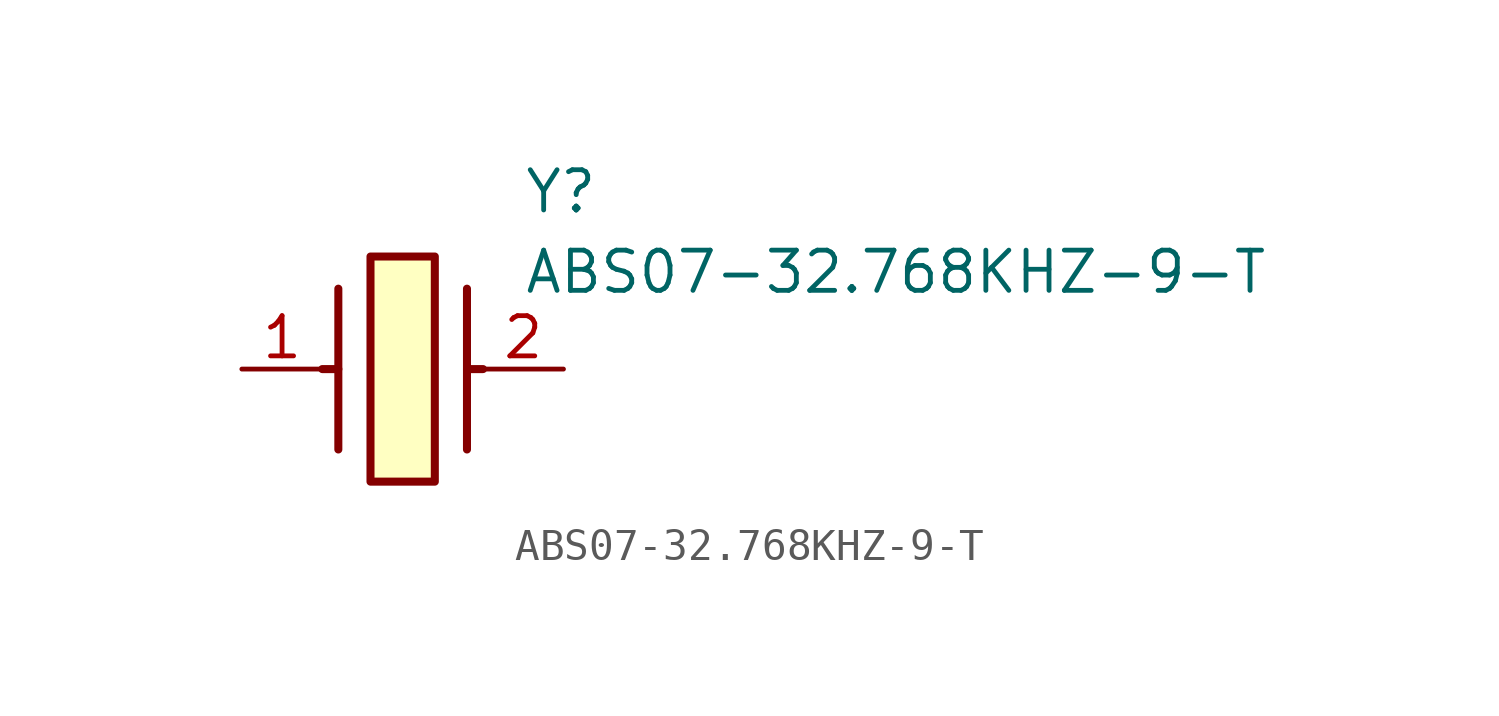
<source format=kicad_sym>
(kicad_symbol_lib
  (version 20211014)
  (generator SamacSys_ECAD_Model)
  (symbol "ABS07-32.768KHZ-9-T"
    (pin_names hide)
    (property "Reference" "Y"
      (at 8.89 6.35 0)
      (effects (font (size 1.27 1.27)) (justify left top)))
    (property "Value" "ABS07-32.768KHZ-9-T"
      (at 8.89 3.81 0)
      (effects (font (size 1.27 1.27)) (justify left top)))
    (rectangle
      (start 4.064 3.556)
      (end 6.096 -3.556)
      (stroke (width 0.254) (type default))
      (fill (type background)))
    (polyline
      (pts (xy 3.048 2.54) (xy 3.048 -2.54))
      (stroke (width 0.254) (type default))
      (fill (type none)))
    (polyline
      (pts (xy 7.112 2.54) (xy 7.112 -2.54))
      (stroke (width 0.254) (type default))
      (fill (type none)))
    (polyline
      (pts (xy 7.112 0) (xy 7.62 0))
      (stroke (width 0.254) (type default))
      (fill (type none)))
    (polyline
      (pts (xy 3.048 0) (xy 2.54 0))
      (stroke (width 0.254) (type default))
      (fill (type none)))
    (pin passive line
      (at 0 0 0)
      (length 2.54)
      (name "1" (effects (font (size 1.27 1.27))))
      (number "1" (effects (font (size 1.27 1.27)))))
    (pin passive line
      (at 10.16 0 180)
      (length 2.54)
      (name "2" (effects (font (size 1.27 1.27))))
      (number "2" (effects (font (size 1.27 1.27)))))))
</source>
